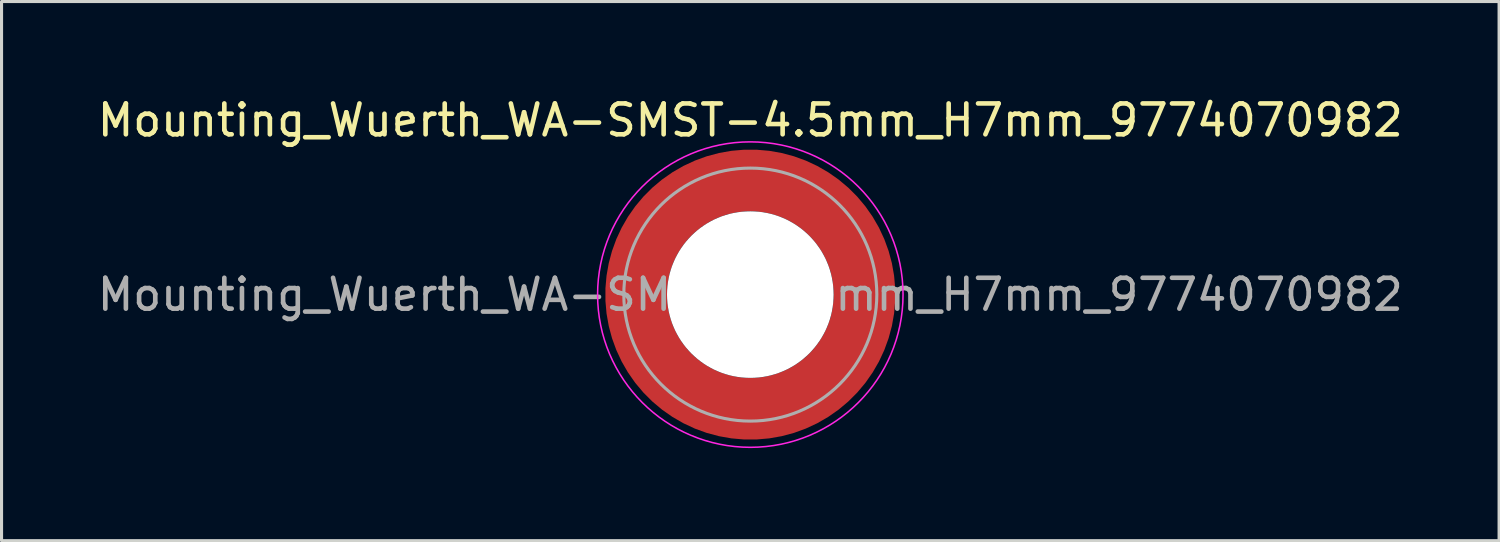
<source format=kicad_pcb>
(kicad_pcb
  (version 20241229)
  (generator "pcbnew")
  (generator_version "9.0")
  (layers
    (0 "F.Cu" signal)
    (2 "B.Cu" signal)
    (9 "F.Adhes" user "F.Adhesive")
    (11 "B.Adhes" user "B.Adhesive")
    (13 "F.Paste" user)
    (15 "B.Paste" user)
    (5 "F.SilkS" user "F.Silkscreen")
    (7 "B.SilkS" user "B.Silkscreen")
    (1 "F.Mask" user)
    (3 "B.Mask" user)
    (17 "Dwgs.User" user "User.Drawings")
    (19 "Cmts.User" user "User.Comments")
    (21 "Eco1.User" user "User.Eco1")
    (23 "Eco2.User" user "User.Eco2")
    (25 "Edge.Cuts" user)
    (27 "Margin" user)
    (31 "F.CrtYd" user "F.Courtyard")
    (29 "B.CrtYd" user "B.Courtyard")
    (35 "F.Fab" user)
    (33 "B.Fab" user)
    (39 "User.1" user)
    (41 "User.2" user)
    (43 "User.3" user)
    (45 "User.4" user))
  (footprint "Mounting_Wuerth_WA-SMST-4.5mm_H7mm_9774070982"
    (layer "F.Cu")
    (at 21.268 6.498)
    (property "Reference" "Mounting_Wuerth_WA-SMST-4.5mm_H7mm_9774070982" (at 0 -5.65 0) (layer "F.SilkS") (effects (font (size 1 1) (thickness 0.15))))
    (attr smd)
    (fp_circle (center 0 0) (end 4.95 0) (stroke (width 0.05) (type solid)) (fill no) (layer "F.CrtYd"))
    (fp_circle (center 0 0) (end 4.1 0) (stroke (width 0.1) (type solid)) (fill no) (layer "F.Fab"))
    (fp_text user "${REFERENCE}" (at 0 0 0) (layer "F.Fab") (effects (font (size 1 1) (thickness 0.15))))
    (pad "" smd custom (at -2.607 -2.607) (size 1.495 1.495) (layers "F.Paste") (options (anchor circle)) (primitives (gr_arc (start -0.188183 2.107456) (mid 0.598928 0.599619) (end 2.106494 -0.188011) (width 0.2)) (gr_arc (start -0.289416 2.107456) (mid 0.528508 0.529033) (end 2.106724 -0.28929) (width 0.2)) (gr_arc (start -0.390547 2.107456) (mid 0.457087 0.459449) (end 2.104161 -0.389996) (width 0.2)) (gr_arc (start -0.491585 2.107456) (mid 0.386415 0.389116) (end 2.103685 -0.490974) (width 0.2)) (gr_arc (start -0.59254 2.107456) (mid 0.31649 0.318035) (end 2.105297 -0.592203) (width 0.2)) (gr_arc (start -0.693419 2.107456) (mid 0.245252 0.248268) (end 2.103239 -0.692777) (width 0.2)) (gr_arc (start -0.794229 2.107456) (mid 0.174636 0.177878) (end 2.102921 -0.793558) (width 0.2)) (gr_arc (start -0.894975 2.107456) (mid 0.104643 0.106867) (end 2.104343 -0.894528) (width 0.2)) (gr_arc (start -0.995664 2.107456) (mid 0.033026 0.037479) (end 2.101219 -0.994793) (width 0.2)) (gr_arc (start -1.0963 2.107456) (mid -0.035789 -0.034713) (end 2.105949 -1.096095) (width 0.2)) (gr_arc (start -1.196886 2.107456) (mid -0.106351 -0.105158) (end 2.105783 -1.196667) (width 0.2)) (gr_arc (start -1.297427 2.107456) (mid -0.176416 -0.176097) (end 2.107009 -1.29737) (width 0.2)) (gr_arc (start -1.397927 2.107456) (mid -0.248476 -0.245042) (end 2.102638 -1.397323) (width 0.2)) (gr_arc (start -1.498388 2.107456) (mid -0.317612 -0.316913) (end 2.106475 -1.498268) (width 0.2)) (gr_arc (start -1.598813 2.107456) (mid -0.388865 -0.386665) (end 2.104366 -1.598444) (width 0.2)) (gr_arc (start -1.699204 2.107456) (mid -0.459747 -0.456787) (end 2.103299 -1.698719) (width 0.2)) (gr_arc (start -1.799565 2.107456) (mid -0.530257 -0.527283) (end 2.103277 -1.799089) (width 0.2)) (gr_arc (start -1.899896 2.107456) (mid -0.600396 -0.59815) (end 2.104299 -1.899545) (width 0.2)) (gr_arc (start -1.899896 2.107456) (mid -0.600396 -0.59815) (end 2.104299 -1.899545) (width 0.2)) (gr_line (start 2.107 -0.188) (end 2.107 -1.9) (width 0.2)) (gr_line (start -0.188 2.107) (end -1.9 2.107) (width 0.2))))
    (pad "" smd custom (at -2.607 2.607) (size 1.495 1.495) (layers "F.Paste") (options (anchor circle)) (primitives (gr_arc (start 2.107456 0.188183) (mid 0.599619 -0.598928) (end -0.188011 -2.106494) (width 0.2)) (gr_arc (start 2.107456 0.289416) (mid 0.529033 -0.528508) (end -0.28929 -2.106724) (width 0.2)) (gr_arc (start 2.107456 0.390547) (mid 0.45945 -0.457087) (end -0.389996 -2.104161) (width 0.2)) (gr_arc (start 2.107456 0.491585) (mid 0.389116 -0.386415) (end -0.490974 -2.103685) (width 0.2)) (gr_arc (start 2.107456 0.59254) (mid 0.318035 -0.31649) (end -0.592203 -2.105297) (width 0.2)) (gr_arc (start 2.107456 0.693419) (mid 0.248268 -0.245252) (end -0.692777 -2.103239) (width 0.2)) (gr_arc (start 2.107456 0.794229) (mid 0.177878 -0.174636) (end -0.793558 -2.102921) (width 0.2)) (gr_arc (start 2.107456 0.894975) (mid 0.106867 -0.104643) (end -0.894528 -2.104343) (width 0.2)) (gr_arc (start 2.107456 0.995664) (mid 0.037479 -0.033026) (end -0.994793 -2.101219) (width 0.2)) (gr_arc (start 2.107456 1.0963) (mid -0.034713 0.035789) (end -1.096095 -2.105949) (width 0.2)) (gr_arc (start 2.107456 1.196886) (mid -0.105158 0.106351) (end -1.196667 -2.105783) (width 0.2)) (gr_arc (start 2.107456 1.297427) (mid -0.176097 0.176416) (end -1.29737 -2.107009) (width 0.2)) (gr_arc (start 2.107456 1.397927) (mid -0.245042 0.248476) (end -1.397323 -2.102638) (width 0.2)) (gr_arc (start 2.107456 1.498388) (mid -0.316913 0.317612) (end -1.498268 -2.106475) (width 0.2)) (gr_arc (start 2.107456 1.598813) (mid -0.386665 0.388865) (end -1.598444 -2.104366) (width 0.2)) (gr_arc (start 2.107456 1.699204) (mid -0.456787 0.459747) (end -1.698719 -2.103299) (width 0.2)) (gr_arc (start 2.107456 1.799565) (mid -0.527283 0.530257) (end -1.799089 -2.103277) (width 0.2)) (gr_arc (start 2.107456 1.899896) (mid -0.59815 0.600396) (end -1.899545 -2.104299) (width 0.2)) (gr_arc (start 2.107456 1.899896) (mid -0.59815 0.600396) (end -1.899545 -2.104299) (width 0.2)) (gr_line (start -0.188 -2.107) (end -1.9 -2.107) (width 0.2)) (gr_line (start 2.107 0.188) (end 2.107 1.9) (width 0.2))))
    (pad "" np_thru_hole circle (at 0 0) (size 5.4 5.4) (drill 5.4) (layers "*.Cu" "*.Mask"))
    (pad "" smd custom (at 2.607 -2.607) (size 1.495 1.495) (layers "F.Paste") (options (anchor circle)) (primitives (gr_arc (start -2.107456 -0.188183) (mid -0.599619 0.598928) (end 0.188011 2.106494) (width 0.2)) (gr_arc (start -2.107456 -0.289416) (mid -0.529033 0.528508) (end 0.28929 2.106724) (width 0.2)) (gr_arc (start -2.107456 -0.390547) (mid -0.459449 0.457087) (end 0.389996 2.104161) (width 0.2)) (gr_arc (start -2.107456 -0.491585) (mid -0.389116 0.386415) (end 0.490974 2.103685) (width 0.2)) (gr_arc (start -2.107456 -0.59254) (mid -0.318035 0.31649) (end 0.592203 2.105297) (width 0.2)) (gr_arc (start -2.107456 -0.693419) (mid -0.248268 0.245252) (end 0.692777 2.103239) (width 0.2)) (gr_arc (start -2.107456 -0.794229) (mid -0.177878 0.174636) (end 0.793558 2.102921) (width 0.2)) (gr_arc (start -2.107456 -0.894975) (mid -0.106867 0.104643) (end 0.894528 2.104343) (width 0.2)) (gr_arc (start -2.107456 -0.995664) (mid -0.037479 0.033026) (end 0.994793 2.101219) (width 0.2)) (gr_arc (start -2.107456 -1.0963) (mid 0.034713 -0.035789) (end 1.096095 2.105949) (width 0.2)) (gr_arc (start -2.107456 -1.196886) (mid 0.105158 -0.106351) (end 1.196667 2.105783) (width 0.2)) (gr_arc (start -2.107456 -1.297427) (mid 0.176097 -0.176416) (end 1.29737 2.107009) (width 0.2)) (gr_arc (start -2.107456 -1.397927) (mid 0.245042 -0.248476) (end 1.397323 2.102638) (width 0.2)) (gr_arc (start -2.107456 -1.498388) (mid 0.316913 -0.317612) (end 1.498268 2.106475) (width 0.2)) (gr_arc (start -2.107456 -1.598813) (mid 0.386665 -0.388865) (end 1.598444 2.104366) (width 0.2)) (gr_arc (start -2.107456 -1.699204) (mid 0.456787 -0.459747) (end 1.698719 2.103299) (width 0.2)) (gr_arc (start -2.107456 -1.799565) (mid 0.527283 -0.530257) (end 1.799089 2.103277) (width 0.2)) (gr_arc (start -2.107456 -1.899896) (mid 0.59815 -0.600396) (end 1.899545 2.104299) (width 0.2)) (gr_arc (start -2.107456 -1.899896) (mid 0.59815 -0.600396) (end 1.899545 2.104299) (width 0.2)) (gr_line (start 0.188 2.107) (end 1.9 2.107) (width 0.2)) (gr_line (start -2.107 -0.188) (end -2.107 -1.9) (width 0.2))))
    (pad "" smd custom (at 2.607 2.607) (size 1.495 1.495) (layers "F.Paste") (options (anchor circle)) (primitives (gr_arc (start 0.188183 -2.107456) (mid -0.598928 -0.599619) (end -2.106494 0.188011) (width 0.2)) (gr_arc (start 0.289416 -2.107456) (mid -0.528508 -0.529033) (end -2.106724 0.28929) (width 0.2)) (gr_arc (start 0.390547 -2.107456) (mid -0.457087 -0.459449) (end -2.104161 0.389996) (width 0.2)) (gr_arc (start 0.491585 -2.107456) (mid -0.386415 -0.389116) (end -2.103685 0.490974) (width 0.2)) (gr_arc (start 0.59254 -2.107456) (mid -0.31649 -0.318035) (end -2.105297 0.592203) (width 0.2)) (gr_arc (start 0.693419 -2.107456) (mid -0.245252 -0.248268) (end -2.103239 0.692777) (width 0.2)) (gr_arc (start 0.794229 -2.107456) (mid -0.174636 -0.177878) (end -2.102921 0.793558) (width 0.2)) (gr_arc (start 0.894975 -2.107456) (mid -0.104643 -0.106867) (end -2.104343 0.894528) (width 0.2)) (gr_arc (start 0.995664 -2.107456) (mid -0.033026 -0.037479) (end -2.101219 0.994793) (width 0.2)) (gr_arc (start 1.0963 -2.107456) (mid 0.035789 0.034713) (end -2.105949 1.096095) (width 0.2)) (gr_arc (start 1.196886 -2.107456) (mid 0.106351 0.105158) (end -2.105783 1.196667) (width 0.2)) (gr_arc (start 1.297427 -2.107456) (mid 0.176416 0.176097) (end -2.107009 1.29737) (width 0.2)) (gr_arc (start 1.397927 -2.107456) (mid 0.248476 0.245042) (end -2.102638 1.397323) (width 0.2)) (gr_arc (start 1.498388 -2.107456) (mid 0.317612 0.316913) (end -2.106475 1.498268) (width 0.2)) (gr_arc (start 1.598813 -2.107456) (mid 0.388865 0.386665) (end -2.104366 1.598444) (width 0.2)) (gr_arc (start 1.699204 -2.107456) (mid 0.459747 0.456787) (end -2.103299 1.698719) (width 0.2)) (gr_arc (start 1.799565 -2.107456) (mid 0.530257 0.527283) (end -2.103277 1.799089) (width 0.2)) (gr_arc (start 1.899896 -2.107456) (mid 0.600396 0.59815) (end -2.104299 1.899545) (width 0.2)) (gr_arc (start 1.899896 -2.107456) (mid 0.600396 0.59815) (end -2.104299 1.899545) (width 0.2)) (gr_line (start -2.107 0.188) (end -2.107 1.9) (width 0.2)) (gr_line (start 0.188 -2.107) (end 1.9 -2.107) (width 0.2))))
    (pad "1" smd circle (at -3.7 0) (size 1.6 1.6) (layers "F.Cu"))
    (pad "1" smd circle (at 0 -3.7) (size 1.6 1.6) (layers "F.Cu"))
    (pad "1" smd circle (at 0 3.7) (size 1.6 1.6) (layers "F.Cu"))
    (pad "1" smd custom (at 3.7 0) (size 1.6 1.6) (layers "F.Cu" "F.Mask") (options (anchor circle)) (primitives (gr_circle (center -3.7 0) (end 0 0) (width 2) (fill no)))))
  (gr_rect
    (start -3 -3)
    (end 45.536 14.473)
    (stroke (width 0.1) (type default))
    (fill no)
    (layer "Edge.Cuts")))
</source>
